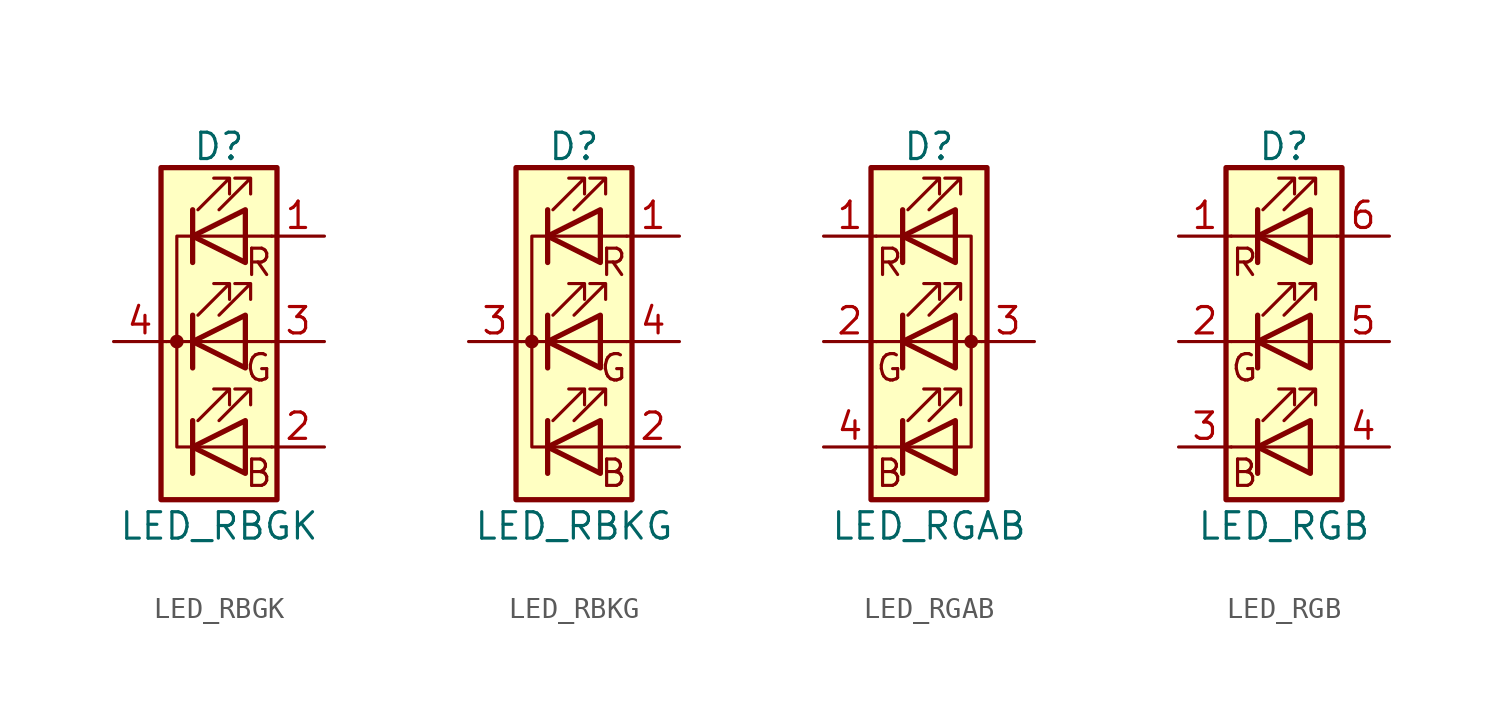
<source format=kicad_sym>
(kicad_symbol_lib
  (version 20201005)
  (generator kicad_symbol_editor)
  (symbol "LED_RBGK"
    (pin_names
      (offset 0) hide)
    (property "Reference" "D"
      (at 0 9.398 0)
      (effects (font (size 1.27 1.27))))
    (property "Value" "LED_RBGK"
      (at 0 -8.89 0)
      (effects (font (size 1.27 1.27))))
    (symbol "LED_RBGK_0_0"
      (text "B" (at 1.905 -6.35 0) (effects (font (size 1.27 1.27))))
      (text "G" (at 1.905 -1.27 0) (effects (font (size 1.27 1.27))))
      (text "R" (at 1.905 3.81 0) (effects (font (size 1.27 1.27)))))
    (symbol "LED_RBGK_0_1"
      (circle (center -2.032 0) (radius 0.254) (stroke (width 0)) (fill (type outline)))
      (rectangle (start 1.27 -1.27) (end 1.27 1.27) (stroke (width 0)) (fill (type none)))
      (rectangle (start 1.27 1.27) (end 1.27 1.27) (stroke (width 0)) (fill (type none)))
      (rectangle (start 1.27 3.81) (end 1.27 6.35) (stroke (width 0)) (fill (type none)))
      (rectangle (start 1.27 6.35) (end 1.27 6.35) (stroke (width 0)) (fill (type none)))
      (rectangle (start 2.794 8.382) (end -2.794 -7.62) (stroke (width 0.254)) (fill (type background)))
      (polyline (pts (xy -1.27 -5.08) (xy 1.27 -5.08)) (stroke (width 0)) (fill (type none)))
      (polyline (pts (xy -1.27 -3.81) (xy -1.27 -6.35)) (stroke (width 0.254)) (fill (type none)))
      (polyline (pts (xy -1.27 0) (xy -2.54 0)) (stroke (width 0)) (fill (type none)))
      (polyline (pts (xy -1.27 1.27) (xy -1.27 -1.27)) (stroke (width 0.254)) (fill (type none)))
      (polyline (pts (xy -1.27 5.08) (xy 1.27 5.08)) (stroke (width 0)) (fill (type none)))
      (polyline (pts (xy -1.27 6.35) (xy -1.27 3.81)) (stroke (width 0.254)) (fill (type none)))
      (polyline (pts (xy 1.27 -5.08) (xy 2.54 -5.08)) (stroke (width 0)) (fill (type none)))
      (polyline (pts (xy 1.27 0) (xy -1.27 0)) (stroke (width 0)) (fill (type none)))
      (polyline (pts (xy 1.27 0) (xy 2.54 0)) (stroke (width 0)) (fill (type none)))
      (polyline (pts (xy 1.27 5.08) (xy 2.54 5.08)) (stroke (width 0)) (fill (type none)))
      (polyline (pts (xy -1.27 1.27) (xy -1.27 -1.27) (xy -1.27 -1.27)) (stroke (width 0)) (fill (type none)))
      (polyline (pts (xy -1.27 6.35) (xy -1.27 3.81) (xy -1.27 3.81)) (stroke (width 0)) (fill (type none)))
      (polyline (pts (xy -1.27 5.08) (xy -2.032 5.08) (xy -2.032 -5.08) (xy -1.016 -5.08)) (stroke (width 0)) (fill (type none)))
      (polyline (pts (xy 1.27 -3.81) (xy 1.27 -6.35) (xy -1.27 -5.08) (xy 1.27 -3.81)) (stroke (width 0.254)) (fill (type none)))
      (polyline (pts (xy 1.27 1.27) (xy 1.27 -1.27) (xy -1.27 0) (xy 1.27 1.27)) (stroke (width 0.254)) (fill (type none)))
      (polyline (pts (xy 1.27 6.35) (xy 1.27 3.81) (xy -1.27 5.08) (xy 1.27 6.35)) (stroke (width 0.254)) (fill (type none)))
      (polyline (pts (xy -1.016 -3.81) (xy 0.508 -2.286) (xy -0.254 -2.286) (xy 0.508 -2.286) (xy 0.508 -3.048)) (stroke (width 0)) (fill (type none)))
      (polyline (pts (xy -1.016 1.27) (xy 0.508 2.794) (xy -0.254 2.794) (xy 0.508 2.794) (xy 0.508 2.032)) (stroke (width 0)) (fill (type none)))
      (polyline (pts (xy -1.016 6.35) (xy 0.508 7.874) (xy -0.254 7.874) (xy 0.508 7.874) (xy 0.508 7.112)) (stroke (width 0)) (fill (type none)))
      (polyline (pts (xy 0 -3.81) (xy 1.524 -2.286) (xy 0.762 -2.286) (xy 1.524 -2.286) (xy 1.524 -3.048)) (stroke (width 0)) (fill (type none)))
      (polyline (pts (xy 0 1.27) (xy 1.524 2.794) (xy 0.762 2.794) (xy 1.524 2.794) (xy 1.524 2.032)) (stroke (width 0)) (fill (type none)))
      (polyline (pts (xy 0 6.35) (xy 1.524 7.874) (xy 0.762 7.874) (xy 1.524 7.874) (xy 1.524 7.112)) (stroke (width 0)) (fill (type none))))
    (symbol "LED_RBGK_1_1"
      (pin passive line (at 5.08 5.08 180) (length 2.54) (name "RA" (effects (font (size 1.27 1.27)))) (number "1" (effects (font (size 1.27 1.27)))))
      (pin passive line (at 5.08 -5.08 180) (length 2.54) (name "BA" (effects (font (size 1.27 1.27)))) (number "2" (effects (font (size 1.27 1.27)))))
      (pin passive line (at 5.08 0 180) (length 2.54) (name "GA" (effects (font (size 1.27 1.27)))) (number "3" (effects (font (size 1.27 1.27)))))
      (pin passive line (at -5.08 0 0) (length 2.54) (name "K" (effects (font (size 1.27 1.27)))) (number "4" (effects (font (size 1.27 1.27)))))))
  (symbol "LED_RBKG"
    (pin_names
      (offset 0) hide)
    (property "Reference" "D"
      (at 0 9.398 0)
      (effects (font (size 1.27 1.27))))
    (property "Value" "LED_RBKG"
      (at 0 -8.89 0)
      (effects (font (size 1.27 1.27))))
    (symbol "LED_RBKG_0_0"
      (text "B" (at 1.905 -6.35 0) (effects (font (size 1.27 1.27))))
      (text "G" (at 1.905 -1.27 0) (effects (font (size 1.27 1.27))))
      (text "R" (at 1.905 3.81 0) (effects (font (size 1.27 1.27)))))
    (symbol "LED_RBKG_0_1"
      (circle (center -2.032 0) (radius 0.254) (stroke (width 0)) (fill (type outline)))
      (rectangle (start 1.27 -1.27) (end 1.27 1.27) (stroke (width 0)) (fill (type none)))
      (rectangle (start 1.27 1.27) (end 1.27 1.27) (stroke (width 0)) (fill (type none)))
      (rectangle (start 1.27 3.81) (end 1.27 6.35) (stroke (width 0)) (fill (type none)))
      (rectangle (start 1.27 6.35) (end 1.27 6.35) (stroke (width 0)) (fill (type none)))
      (rectangle (start 2.794 8.382) (end -2.794 -7.62) (stroke (width 0.254)) (fill (type background)))
      (polyline (pts (xy -1.27 -5.08) (xy 1.27 -5.08)) (stroke (width 0)) (fill (type none)))
      (polyline (pts (xy -1.27 -3.81) (xy -1.27 -6.35)) (stroke (width 0.254)) (fill (type none)))
      (polyline (pts (xy -1.27 0) (xy -2.54 0)) (stroke (width 0)) (fill (type none)))
      (polyline (pts (xy -1.27 1.27) (xy -1.27 -1.27)) (stroke (width 0.254)) (fill (type none)))
      (polyline (pts (xy -1.27 5.08) (xy 1.27 5.08)) (stroke (width 0)) (fill (type none)))
      (polyline (pts (xy -1.27 6.35) (xy -1.27 3.81)) (stroke (width 0.254)) (fill (type none)))
      (polyline (pts (xy 1.27 -5.08) (xy 2.54 -5.08)) (stroke (width 0)) (fill (type none)))
      (polyline (pts (xy 1.27 0) (xy -1.27 0)) (stroke (width 0)) (fill (type none)))
      (polyline (pts (xy 1.27 0) (xy 2.54 0)) (stroke (width 0)) (fill (type none)))
      (polyline (pts (xy 1.27 5.08) (xy 2.54 5.08)) (stroke (width 0)) (fill (type none)))
      (polyline (pts (xy -1.27 1.27) (xy -1.27 -1.27) (xy -1.27 -1.27)) (stroke (width 0)) (fill (type none)))
      (polyline (pts (xy -1.27 6.35) (xy -1.27 3.81) (xy -1.27 3.81)) (stroke (width 0)) (fill (type none)))
      (polyline (pts (xy -1.27 5.08) (xy -2.032 5.08) (xy -2.032 -5.08) (xy -1.016 -5.08)) (stroke (width 0)) (fill (type none)))
      (polyline (pts (xy 1.27 -3.81) (xy 1.27 -6.35) (xy -1.27 -5.08) (xy 1.27 -3.81)) (stroke (width 0.254)) (fill (type none)))
      (polyline (pts (xy 1.27 1.27) (xy 1.27 -1.27) (xy -1.27 0) (xy 1.27 1.27)) (stroke (width 0.254)) (fill (type none)))
      (polyline (pts (xy 1.27 6.35) (xy 1.27 3.81) (xy -1.27 5.08) (xy 1.27 6.35)) (stroke (width 0.254)) (fill (type none)))
      (polyline (pts (xy -1.016 -3.81) (xy 0.508 -2.286) (xy -0.254 -2.286) (xy 0.508 -2.286) (xy 0.508 -3.048)) (stroke (width 0)) (fill (type none)))
      (polyline (pts (xy -1.016 1.27) (xy 0.508 2.794) (xy -0.254 2.794) (xy 0.508 2.794) (xy 0.508 2.032)) (stroke (width 0)) (fill (type none)))
      (polyline (pts (xy -1.016 6.35) (xy 0.508 7.874) (xy -0.254 7.874) (xy 0.508 7.874) (xy 0.508 7.112)) (stroke (width 0)) (fill (type none)))
      (polyline (pts (xy 0 -3.81) (xy 1.524 -2.286) (xy 0.762 -2.286) (xy 1.524 -2.286) (xy 1.524 -3.048)) (stroke (width 0)) (fill (type none)))
      (polyline (pts (xy 0 1.27) (xy 1.524 2.794) (xy 0.762 2.794) (xy 1.524 2.794) (xy 1.524 2.032)) (stroke (width 0)) (fill (type none)))
      (polyline (pts (xy 0 6.35) (xy 1.524 7.874) (xy 0.762 7.874) (xy 1.524 7.874) (xy 1.524 7.112)) (stroke (width 0)) (fill (type none))))
    (symbol "LED_RBKG_1_1"
      (pin passive line (at 5.08 5.08 180) (length 2.54) (name "RA" (effects (font (size 1.27 1.27)))) (number "1" (effects (font (size 1.27 1.27)))))
      (pin passive line (at 5.08 -5.08 180) (length 2.54) (name "BA" (effects (font (size 1.27 1.27)))) (number "2" (effects (font (size 1.27 1.27)))))
      (pin passive line (at -5.08 0 0) (length 2.54) (name "K" (effects (font (size 1.27 1.27)))) (number "3" (effects (font (size 1.27 1.27)))))
      (pin passive line (at 5.08 0 180) (length 2.54) (name "GA" (effects (font (size 1.27 1.27)))) (number "4" (effects (font (size 1.27 1.27)))))))
  (symbol "LED_RGAB"
    (pin_names
      (offset 0) hide)
    (property "Reference" "D"
      (at 0 9.398 0)
      (effects (font (size 1.27 1.27))))
    (property "Value" "LED_RGAB"
      (at 0 -8.89 0)
      (effects (font (size 1.27 1.27))))
    (symbol "LED_RGAB_0_0"
      (text "B" (at -1.905 -6.35 0) (effects (font (size 1.27 1.27))))
      (text "G" (at -1.905 -1.27 0) (effects (font (size 1.27 1.27))))
      (text "R" (at -1.905 3.81 0) (effects (font (size 1.27 1.27)))))
    (symbol "LED_RGAB_0_1"
      (circle (center 2.032 0) (radius 0.254) (stroke (width 0)) (fill (type outline)))
      (rectangle (start 1.27 -1.27) (end 1.27 1.27) (stroke (width 0)) (fill (type none)))
      (rectangle (start 1.27 1.27) (end 1.27 1.27) (stroke (width 0)) (fill (type none)))
      (rectangle (start 1.27 3.81) (end 1.27 6.35) (stroke (width 0)) (fill (type none)))
      (rectangle (start 1.27 6.35) (end 1.27 6.35) (stroke (width 0)) (fill (type none)))
      (rectangle (start 2.794 8.382) (end -2.794 -7.62) (stroke (width 0.254)) (fill (type background)))
      (polyline (pts (xy -1.27 -5.08) (xy -2.54 -5.08)) (stroke (width 0)) (fill (type none)))
      (polyline (pts (xy -1.27 -5.08) (xy 1.27 -5.08)) (stroke (width 0)) (fill (type none)))
      (polyline (pts (xy -1.27 -3.81) (xy -1.27 -6.35)) (stroke (width 0.254)) (fill (type none)))
      (polyline (pts (xy -1.27 0) (xy -2.54 0)) (stroke (width 0)) (fill (type none)))
      (polyline (pts (xy -1.27 1.27) (xy -1.27 -1.27)) (stroke (width 0.254)) (fill (type none)))
      (polyline (pts (xy -1.27 5.08) (xy -2.54 5.08)) (stroke (width 0)) (fill (type none)))
      (polyline (pts (xy -1.27 5.08) (xy 1.27 5.08)) (stroke (width 0)) (fill (type none)))
      (polyline (pts (xy -1.27 6.35) (xy -1.27 3.81)) (stroke (width 0.254)) (fill (type none)))
      (polyline (pts (xy 1.27 0) (xy -1.27 0)) (stroke (width 0)) (fill (type none)))
      (polyline (pts (xy 1.27 0) (xy 2.54 0)) (stroke (width 0)) (fill (type none)))
      (polyline (pts (xy -1.27 1.27) (xy -1.27 -1.27) (xy -1.27 -1.27)) (stroke (width 0)) (fill (type none)))
      (polyline (pts (xy -1.27 6.35) (xy -1.27 3.81) (xy -1.27 3.81)) (stroke (width 0)) (fill (type none)))
      (polyline (pts (xy 1.27 -5.08) (xy 2.032 -5.08) (xy 2.032 5.08) (xy 1.27 5.08)) (stroke (width 0)) (fill (type none)))
      (polyline (pts (xy 1.27 -3.81) (xy 1.27 -6.35) (xy -1.27 -5.08) (xy 1.27 -3.81)) (stroke (width 0.254)) (fill (type none)))
      (polyline (pts (xy 1.27 1.27) (xy 1.27 -1.27) (xy -1.27 0) (xy 1.27 1.27)) (stroke (width 0.254)) (fill (type none)))
      (polyline (pts (xy 1.27 6.35) (xy 1.27 3.81) (xy -1.27 5.08) (xy 1.27 6.35)) (stroke (width 0.254)) (fill (type none)))
      (polyline (pts (xy -1.016 -3.81) (xy 0.508 -2.286) (xy -0.254 -2.286) (xy 0.508 -2.286) (xy 0.508 -3.048)) (stroke (width 0)) (fill (type none)))
      (polyline (pts (xy -1.016 1.27) (xy 0.508 2.794) (xy -0.254 2.794) (xy 0.508 2.794) (xy 0.508 2.032)) (stroke (width 0)) (fill (type none)))
      (polyline (pts (xy -1.016 6.35) (xy 0.508 7.874) (xy -0.254 7.874) (xy 0.508 7.874) (xy 0.508 7.112)) (stroke (width 0)) (fill (type none)))
      (polyline (pts (xy 0 -3.81) (xy 1.524 -2.286) (xy 0.762 -2.286) (xy 1.524 -2.286) (xy 1.524 -3.048)) (stroke (width 0)) (fill (type none)))
      (polyline (pts (xy 0 1.27) (xy 1.524 2.794) (xy 0.762 2.794) (xy 1.524 2.794) (xy 1.524 2.032)) (stroke (width 0)) (fill (type none)))
      (polyline (pts (xy 0 6.35) (xy 1.524 7.874) (xy 0.762 7.874) (xy 1.524 7.874) (xy 1.524 7.112)) (stroke (width 0)) (fill (type none))))
    (symbol "LED_RGAB_1_1"
      (pin passive line (at -5.08 5.08 0) (length 2.54) (name "RK" (effects (font (size 1.27 1.27)))) (number "1" (effects (font (size 1.27 1.27)))))
      (pin passive line (at -5.08 0 0) (length 2.54) (name "GK" (effects (font (size 1.27 1.27)))) (number "2" (effects (font (size 1.27 1.27)))))
      (pin passive line (at 5.08 0 180) (length 2.54) (name "A" (effects (font (size 1.27 1.27)))) (number "3" (effects (font (size 1.27 1.27)))))
      (pin passive line (at -5.08 -5.08 0) (length 2.54) (name "BK" (effects (font (size 1.27 1.27)))) (number "4" (effects (font (size 1.27 1.27)))))))
  (symbol "LED_RGB"
    (pin_names
      (offset 0) hide)
    (property "Reference" "D"
      (at 0 9.398 0)
      (effects (font (size 1.27 1.27))))
    (property "Value" "LED_RGB"
      (at 0 -8.89 0)
      (effects (font (size 1.27 1.27))))
    (symbol "LED_RGB_0_0"
      (text "B" (at -1.905 -6.35 0) (effects (font (size 1.27 1.27))))
      (text "G" (at -1.905 -1.27 0) (effects (font (size 1.27 1.27))))
      (text "R" (at -1.905 3.81 0) (effects (font (size 1.27 1.27)))))
    (symbol "LED_RGB_0_1"
      (rectangle (start 1.27 -1.27) (end 1.27 1.27) (stroke (width 0)) (fill (type none)))
      (rectangle (start 1.27 1.27) (end 1.27 1.27) (stroke (width 0)) (fill (type none)))
      (rectangle (start 1.27 3.81) (end 1.27 6.35) (stroke (width 0)) (fill (type none)))
      (rectangle (start 1.27 6.35) (end 1.27 6.35) (stroke (width 0)) (fill (type none)))
      (rectangle (start 2.794 8.382) (end -2.794 -7.62) (stroke (width 0.254)) (fill (type background)))
      (polyline (pts (xy -1.27 -5.08) (xy -2.54 -5.08)) (stroke (width 0)) (fill (type none)))
      (polyline (pts (xy -1.27 -5.08) (xy 1.27 -5.08)) (stroke (width 0)) (fill (type none)))
      (polyline (pts (xy -1.27 -3.81) (xy -1.27 -6.35)) (stroke (width 0.254)) (fill (type none)))
      (polyline (pts (xy -1.27 0) (xy -2.54 0)) (stroke (width 0)) (fill (type none)))
      (polyline (pts (xy -1.27 1.27) (xy -1.27 -1.27)) (stroke (width 0.254)) (fill (type none)))
      (polyline (pts (xy -1.27 5.08) (xy -2.54 5.08)) (stroke (width 0)) (fill (type none)))
      (polyline (pts (xy -1.27 5.08) (xy 1.27 5.08)) (stroke (width 0)) (fill (type none)))
      (polyline (pts (xy -1.27 6.35) (xy -1.27 3.81)) (stroke (width 0.254)) (fill (type none)))
      (polyline (pts (xy 1.27 -5.08) (xy 2.54 -5.08)) (stroke (width 0)) (fill (type none)))
      (polyline (pts (xy 1.27 0) (xy -1.27 0)) (stroke (width 0)) (fill (type none)))
      (polyline (pts (xy 1.27 0) (xy 2.54 0)) (stroke (width 0)) (fill (type none)))
      (polyline (pts (xy 1.27 5.08) (xy 2.54 5.08)) (stroke (width 0)) (fill (type none)))
      (polyline (pts (xy -1.27 1.27) (xy -1.27 -1.27) (xy -1.27 -1.27)) (stroke (width 0)) (fill (type none)))
      (polyline (pts (xy -1.27 6.35) (xy -1.27 3.81) (xy -1.27 3.81)) (stroke (width 0)) (fill (type none)))
      (polyline (pts (xy 1.27 -3.81) (xy 1.27 -6.35) (xy -1.27 -5.08) (xy 1.27 -3.81)) (stroke (width 0.254)) (fill (type none)))
      (polyline (pts (xy 1.27 1.27) (xy 1.27 -1.27) (xy -1.27 0) (xy 1.27 1.27)) (stroke (width 0.254)) (fill (type none)))
      (polyline (pts (xy 1.27 6.35) (xy 1.27 3.81) (xy -1.27 5.08) (xy 1.27 6.35)) (stroke (width 0.254)) (fill (type none)))
      (polyline (pts (xy -1.016 -3.81) (xy 0.508 -2.286) (xy -0.254 -2.286) (xy 0.508 -2.286) (xy 0.508 -3.048)) (stroke (width 0)) (fill (type none)))
      (polyline (pts (xy -1.016 1.27) (xy 0.508 2.794) (xy -0.254 2.794) (xy 0.508 2.794) (xy 0.508 2.032)) (stroke (width 0)) (fill (type none)))
      (polyline (pts (xy -1.016 6.35) (xy 0.508 7.874) (xy -0.254 7.874) (xy 0.508 7.874) (xy 0.508 7.112)) (stroke (width 0)) (fill (type none)))
      (polyline (pts (xy 0 -3.81) (xy 1.524 -2.286) (xy 0.762 -2.286) (xy 1.524 -2.286) (xy 1.524 -3.048)) (stroke (width 0)) (fill (type none)))
      (polyline (pts (xy 0 1.27) (xy 1.524 2.794) (xy 0.762 2.794) (xy 1.524 2.794) (xy 1.524 2.032)) (stroke (width 0)) (fill (type none)))
      (polyline (pts (xy 0 6.35) (xy 1.524 7.874) (xy 0.762 7.874) (xy 1.524 7.874) (xy 1.524 7.112)) (stroke (width 0)) (fill (type none))))
    (symbol "LED_RGB_1_1"
      (pin passive line (at -5.08 5.08 0) (length 2.54) (name "RK" (effects (font (size 1.27 1.27)))) (number "1" (effects (font (size 1.27 1.27)))))
      (pin passive line (at -5.08 0 0) (length 2.54) (name "GK" (effects (font (size 1.27 1.27)))) (number "2" (effects (font (size 1.27 1.27)))))
      (pin passive line (at -5.08 -5.08 0) (length 2.54) (name "BK" (effects (font (size 1.27 1.27)))) (number "3" (effects (font (size 1.27 1.27)))))
      (pin passive line (at 5.08 -5.08 180) (length 2.54) (name "BA" (effects (font (size 1.27 1.27)))) (number "4" (effects (font (size 1.27 1.27)))))
      (pin passive line (at 5.08 0 180) (length 2.54) (name "GA" (effects (font (size 1.27 1.27)))) (number "5" (effects (font (size 1.27 1.27)))))
      (pin passive line (at 5.08 5.08 180) (length 2.54) (name "RA" (effects (font (size 1.27 1.27)))) (number "6" (effects (font (size 1.27 1.27))))))))
</source>
